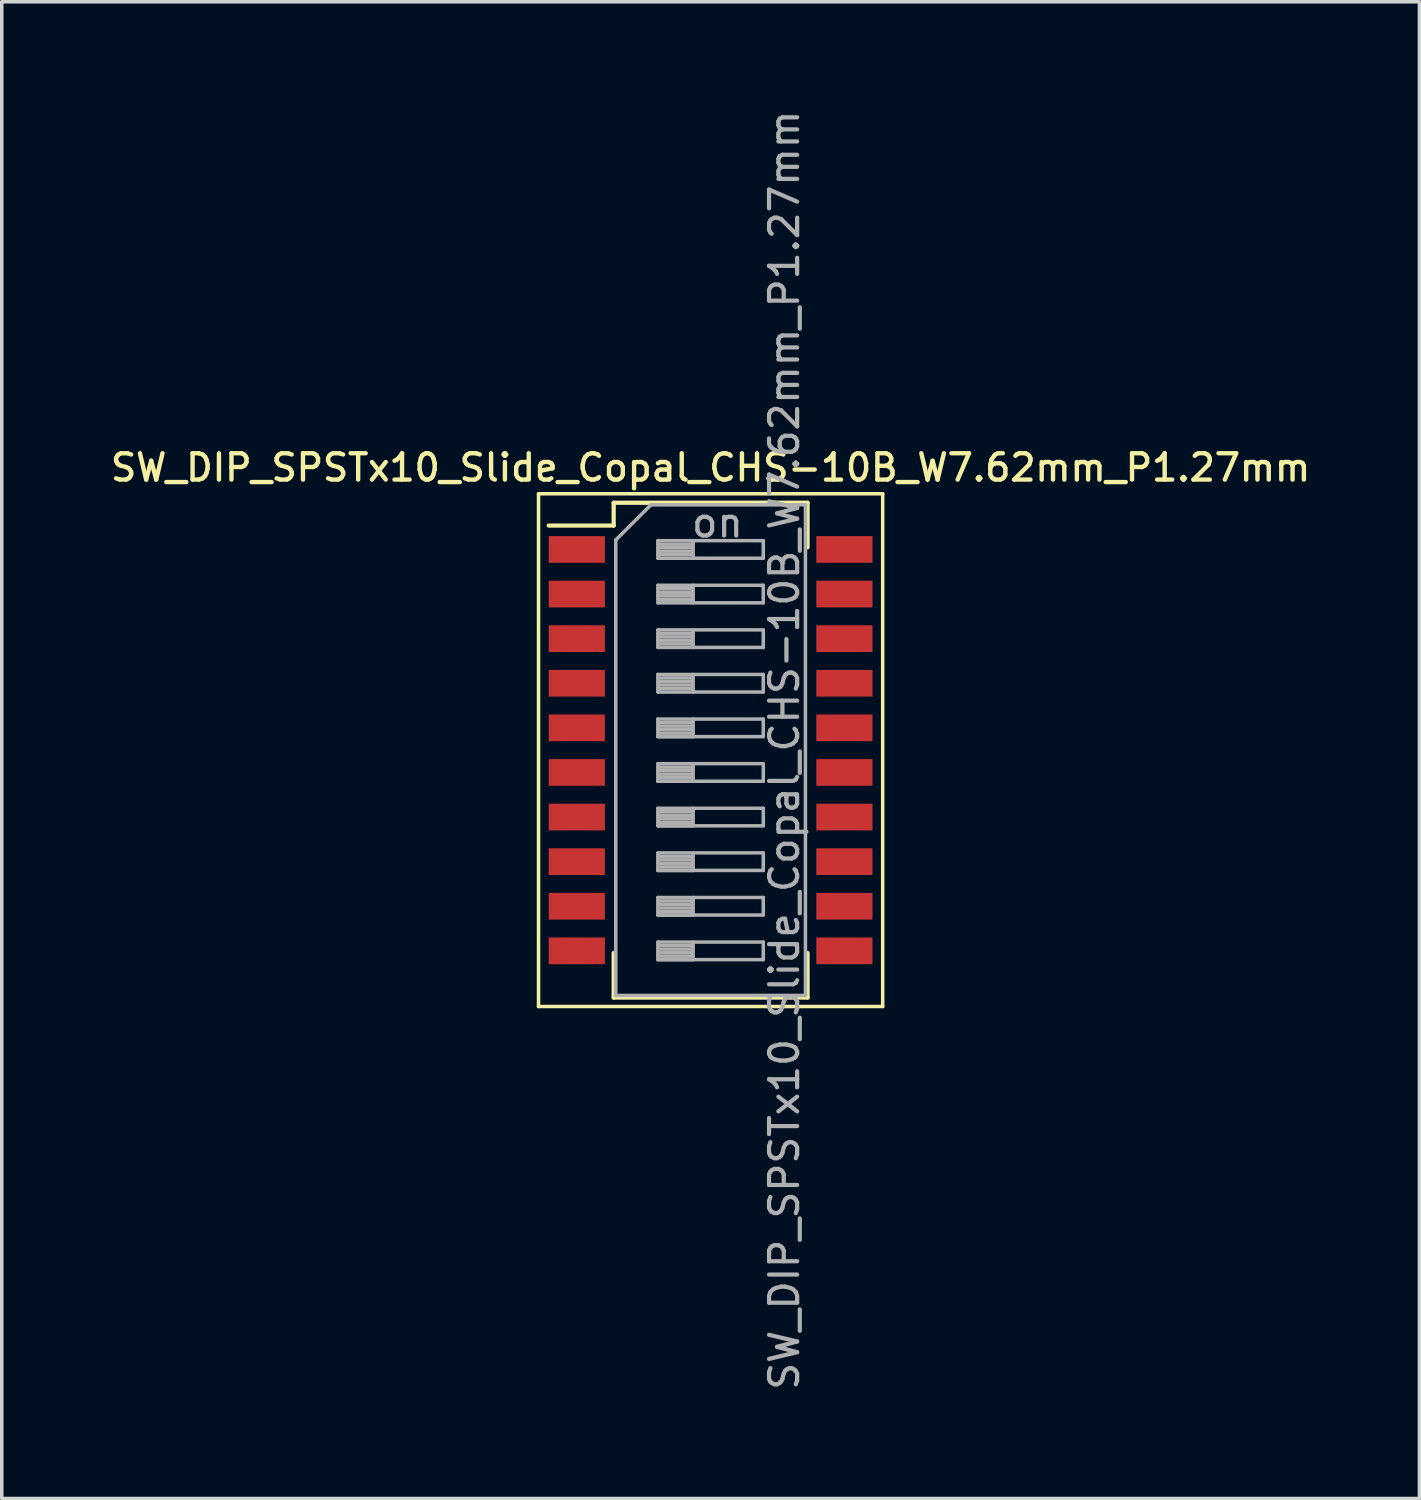
<source format=kicad_pcb>
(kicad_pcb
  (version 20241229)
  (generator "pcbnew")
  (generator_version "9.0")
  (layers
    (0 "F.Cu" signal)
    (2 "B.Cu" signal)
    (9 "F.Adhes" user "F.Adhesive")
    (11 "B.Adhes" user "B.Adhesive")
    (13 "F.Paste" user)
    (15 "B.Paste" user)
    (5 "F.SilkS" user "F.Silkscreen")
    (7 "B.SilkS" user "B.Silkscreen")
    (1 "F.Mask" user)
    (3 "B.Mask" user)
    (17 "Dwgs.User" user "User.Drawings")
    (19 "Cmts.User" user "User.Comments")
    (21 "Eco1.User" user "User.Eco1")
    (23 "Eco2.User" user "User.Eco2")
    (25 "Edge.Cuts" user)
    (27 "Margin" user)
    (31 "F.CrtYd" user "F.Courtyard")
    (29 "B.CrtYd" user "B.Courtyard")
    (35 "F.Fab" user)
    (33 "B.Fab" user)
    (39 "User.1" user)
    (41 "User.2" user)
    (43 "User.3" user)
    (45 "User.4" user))
  (footprint "SW_DIP_SPSTx10_Slide_Copal_CHS-10B_W7.62mm_P1.27mm"
    (layer "F.Cu")
    (at 17.184 18.31)
    (property "Reference" "SW_DIP_SPSTx10_Slide_Copal_CHS-10B_W7.62mm_P1.27mm" (at 0 -8.045 0) (layer "F.SilkS") (effects (font (size 0.75 0.75) (thickness 0.125))))
    (attr smd)
    (fp_line (start -4.9 -7.3) (end -4.9 7.3) (stroke (width 0.1) (type solid)) (layer "F.SilkS"))
    (fp_line (start -4.9 7.3) (end 4.9 7.3) (stroke (width 0.1) (type solid)) (layer "F.SilkS"))
    (fp_line (start -4.61 -6.395) (end -2.76 -6.395) (stroke (width 0.12) (type solid)) (layer "F.SilkS"))
    (fp_line (start -2.76 -7.045) (end -2.76 -6.395) (stroke (width 0.12) (type solid)) (layer "F.SilkS"))
    (fp_line (start -2.76 -7.045) (end 2.76 -7.045) (stroke (width 0.12) (type solid)) (layer "F.SilkS"))
    (fp_line (start -2.76 5.775) (end -2.76 7.045) (stroke (width 0.12) (type solid)) (layer "F.SilkS"))
    (fp_line (start -2.76 7.045) (end 2.76 7.045) (stroke (width 0.12) (type solid)) (layer "F.SilkS"))
    (fp_line (start 2.76 -7.045) (end 2.76 -5.776) (stroke (width 0.12) (type solid)) (layer "F.SilkS"))
    (fp_line (start 2.76 5.775) (end 2.76 7.045) (stroke (width 0.12) (type solid)) (layer "F.SilkS"))
    (fp_line (start 4.9 -7.3) (end -4.9 -7.3) (stroke (width 0.1) (type solid)) (layer "F.SilkS"))
    (fp_line (start 4.9 7.3) (end 4.9 -7.3) (stroke (width 0.1) (type solid)) (layer "F.SilkS"))
    (fp_line (start -2.7 -5.985) (end -1.7 -6.985) (stroke (width 0.1) (type solid)) (layer "F.Fab"))
    (fp_line (start -2.7 6.985) (end -2.7 -5.985) (stroke (width 0.1) (type solid)) (layer "F.Fab"))
    (fp_line (start -1.7 -6.985) (end 2.7 -6.985) (stroke (width 0.1) (type solid)) (layer "F.Fab"))
    (fp_line (start -1.5 -5.965) (end -1.5 -5.465) (stroke (width 0.1) (type solid)) (layer "F.Fab"))
    (fp_line (start -1.5 -5.865) (end -0.5 -5.865) (stroke (width 0.1) (type solid)) (layer "F.Fab"))
    (fp_line (start -1.5 -5.765) (end -0.5 -5.765) (stroke (width 0.1) (type solid)) (layer "F.Fab"))
    (fp_line (start -1.5 -5.665) (end -0.5 -5.665) (stroke (width 0.1) (type solid)) (layer "F.Fab"))
    (fp_line (start -1.5 -5.565) (end -0.5 -5.565) (stroke (width 0.1) (type solid)) (layer "F.Fab"))
    (fp_line (start -1.5 -5.465) (end 1.5 -5.465) (stroke (width 0.1) (type solid)) (layer "F.Fab"))
    (fp_line (start -1.5 -4.695) (end -1.5 -4.195) (stroke (width 0.1) (type solid)) (layer "F.Fab"))
    (fp_line (start -1.5 -4.595) (end -0.5 -4.595) (stroke (width 0.1) (type solid)) (layer "F.Fab"))
    (fp_line (start -1.5 -4.495) (end -0.5 -4.495) (stroke (width 0.1) (type solid)) (layer "F.Fab"))
    (fp_line (start -1.5 -4.395) (end -0.5 -4.395) (stroke (width 0.1) (type solid)) (layer "F.Fab"))
    (fp_line (start -1.5 -4.295) (end -0.5 -4.295) (stroke (width 0.1) (type solid)) (layer "F.Fab"))
    (fp_line (start -1.5 -4.195) (end 1.5 -4.195) (stroke (width 0.1) (type solid)) (layer "F.Fab"))
    (fp_line (start -1.5 -3.425) (end -1.5 -2.925) (stroke (width 0.1) (type solid)) (layer "F.Fab"))
    (fp_line (start -1.5 -3.325) (end -0.5 -3.325) (stroke (width 0.1) (type solid)) (layer "F.Fab"))
    (fp_line (start -1.5 -3.225) (end -0.5 -3.225) (stroke (width 0.1) (type solid)) (layer "F.Fab"))
    (fp_line (start -1.5 -3.125) (end -0.5 -3.125) (stroke (width 0.1) (type solid)) (layer "F.Fab"))
    (fp_line (start -1.5 -3.025) (end -0.5 -3.025) (stroke (width 0.1) (type solid)) (layer "F.Fab"))
    (fp_line (start -1.5 -2.925) (end 1.5 -2.925) (stroke (width 0.1) (type solid)) (layer "F.Fab"))
    (fp_line (start -1.5 -2.155) (end -1.5 -1.655) (stroke (width 0.1) (type solid)) (layer "F.Fab"))
    (fp_line (start -1.5 -2.055) (end -0.5 -2.055) (stroke (width 0.1) (type solid)) (layer "F.Fab"))
    (fp_line (start -1.5 -1.955) (end -0.5 -1.955) (stroke (width 0.1) (type solid)) (layer "F.Fab"))
    (fp_line (start -1.5 -1.855) (end -0.5 -1.855) (stroke (width 0.1) (type solid)) (layer "F.Fab"))
    (fp_line (start -1.5 -1.755) (end -0.5 -1.755) (stroke (width 0.1) (type solid)) (layer "F.Fab"))
    (fp_line (start -1.5 -1.655) (end 1.5 -1.655) (stroke (width 0.1) (type solid)) (layer "F.Fab"))
    (fp_line (start -1.5 -0.885) (end -1.5 -0.385) (stroke (width 0.1) (type solid)) (layer "F.Fab"))
    (fp_line (start -1.5 -0.785) (end -0.5 -0.785) (stroke (width 0.1) (type solid)) (layer "F.Fab"))
    (fp_line (start -1.5 -0.685) (end -0.5 -0.685) (stroke (width 0.1) (type solid)) (layer "F.Fab"))
    (fp_line (start -1.5 -0.585) (end -0.5 -0.585) (stroke (width 0.1) (type solid)) (layer "F.Fab"))
    (fp_line (start -1.5 -0.485) (end -0.5 -0.485) (stroke (width 0.1) (type solid)) (layer "F.Fab"))
    (fp_line (start -1.5 -0.385) (end -0.5 -0.385) (stroke (width 0.1) (type solid)) (layer "F.Fab"))
    (fp_line (start -1.5 -0.385) (end 1.5 -0.385) (stroke (width 0.1) (type solid)) (layer "F.Fab"))
    (fp_line (start -1.5 0.385) (end -1.5 0.885) (stroke (width 0.1) (type solid)) (layer "F.Fab"))
    (fp_line (start -1.5 0.485) (end -0.5 0.485) (stroke (width 0.1) (type solid)) (layer "F.Fab"))
    (fp_line (start -1.5 0.585) (end -0.5 0.585) (stroke (width 0.1) (type solid)) (layer "F.Fab"))
    (fp_line (start -1.5 0.685) (end -0.5 0.685) (stroke (width 0.1) (type solid)) (layer "F.Fab"))
    (fp_line (start -1.5 0.785) (end -0.5 0.785) (stroke (width 0.1) (type solid)) (layer "F.Fab"))
    (fp_line (start -1.5 0.885) (end -0.5 0.885) (stroke (width 0.1) (type solid)) (layer "F.Fab"))
    (fp_line (start -1.5 0.885) (end 1.5 0.885) (stroke (width 0.1) (type solid)) (layer "F.Fab"))
    (fp_line (start -1.5 1.655) (end -1.5 2.155) (stroke (width 0.1) (type solid)) (layer "F.Fab"))
    (fp_line (start -1.5 1.755) (end -0.5 1.755) (stroke (width 0.1) (type solid)) (layer "F.Fab"))
    (fp_line (start -1.5 1.855) (end -0.5 1.855) (stroke (width 0.1) (type solid)) (layer "F.Fab"))
    (fp_line (start -1.5 1.955) (end -0.5 1.955) (stroke (width 0.1) (type solid)) (layer "F.Fab"))
    (fp_line (start -1.5 2.055) (end -0.5 2.055) (stroke (width 0.1) (type solid)) (layer "F.Fab"))
    (fp_line (start -1.5 2.155) (end -0.5 2.155) (stroke (width 0.1) (type solid)) (layer "F.Fab"))
    (fp_line (start -1.5 2.155) (end 1.5 2.155) (stroke (width 0.1) (type solid)) (layer "F.Fab"))
    (fp_line (start -1.5 2.925) (end -1.5 3.425) (stroke (width 0.1) (type solid)) (layer "F.Fab"))
    (fp_line (start -1.5 3.025) (end -0.5 3.025) (stroke (width 0.1) (type solid)) (layer "F.Fab"))
    (fp_line (start -1.5 3.125) (end -0.5 3.125) (stroke (width 0.1) (type solid)) (layer "F.Fab"))
    (fp_line (start -1.5 3.225) (end -0.5 3.225) (stroke (width 0.1) (type solid)) (layer "F.Fab"))
    (fp_line (start -1.5 3.325) (end -0.5 3.325) (stroke (width 0.1) (type solid)) (layer "F.Fab"))
    (fp_line (start -1.5 3.425) (end -0.5 3.425) (stroke (width 0.1) (type solid)) (layer "F.Fab"))
    (fp_line (start -1.5 3.425) (end 1.5 3.425) (stroke (width 0.1) (type solid)) (layer "F.Fab"))
    (fp_line (start -1.5 4.195) (end -1.5 4.695) (stroke (width 0.1) (type solid)) (layer "F.Fab"))
    (fp_line (start -1.5 4.295) (end -0.5 4.295) (stroke (width 0.1) (type solid)) (layer "F.Fab"))
    (fp_line (start -1.5 4.395) (end -0.5 4.395) (stroke (width 0.1) (type solid)) (layer "F.Fab"))
    (fp_line (start -1.5 4.495) (end -0.5 4.495) (stroke (width 0.1) (type solid)) (layer "F.Fab"))
    (fp_line (start -1.5 4.595) (end -0.5 4.595) (stroke (width 0.1) (type solid)) (layer "F.Fab"))
    (fp_line (start -1.5 4.695) (end -0.5 4.695) (stroke (width 0.1) (type solid)) (layer "F.Fab"))
    (fp_line (start -1.5 4.695) (end 1.5 4.695) (stroke (width 0.1) (type solid)) (layer "F.Fab"))
    (fp_line (start -1.5 5.465) (end -1.5 5.965) (stroke (width 0.1) (type solid)) (layer "F.Fab"))
    (fp_line (start -1.5 5.565) (end -0.5 5.565) (stroke (width 0.1) (type solid)) (layer "F.Fab"))
    (fp_line (start -1.5 5.665) (end -0.5 5.665) (stroke (width 0.1) (type solid)) (layer "F.Fab"))
    (fp_line (start -1.5 5.765) (end -0.5 5.765) (stroke (width 0.1) (type solid)) (layer "F.Fab"))
    (fp_line (start -1.5 5.865) (end -0.5 5.865) (stroke (width 0.1) (type solid)) (layer "F.Fab"))
    (fp_line (start -1.5 5.965) (end -0.5 5.965) (stroke (width 0.1) (type solid)) (layer "F.Fab"))
    (fp_line (start -1.5 5.965) (end 1.5 5.965) (stroke (width 0.1) (type solid)) (layer "F.Fab"))
    (fp_line (start -0.5 -5.965) (end -0.5 -5.465) (stroke (width 0.1) (type solid)) (layer "F.Fab"))
    (fp_line (start -0.5 -4.695) (end -0.5 -4.195) (stroke (width 0.1) (type solid)) (layer "F.Fab"))
    (fp_line (start -0.5 -3.425) (end -0.5 -2.925) (stroke (width 0.1) (type solid)) (layer "F.Fab"))
    (fp_line (start -0.5 -2.155) (end -0.5 -1.655) (stroke (width 0.1) (type solid)) (layer "F.Fab"))
    (fp_line (start -0.5 -0.885) (end -0.5 -0.385) (stroke (width 0.1) (type solid)) (layer "F.Fab"))
    (fp_line (start -0.5 0.385) (end -0.5 0.885) (stroke (width 0.1) (type solid)) (layer "F.Fab"))
    (fp_line (start -0.5 1.655) (end -0.5 2.155) (stroke (width 0.1) (type solid)) (layer "F.Fab"))
    (fp_line (start -0.5 2.925) (end -0.5 3.425) (stroke (width 0.1) (type solid)) (layer "F.Fab"))
    (fp_line (start -0.5 4.195) (end -0.5 4.695) (stroke (width 0.1) (type solid)) (layer "F.Fab"))
    (fp_line (start -0.5 5.465) (end -0.5 5.965) (stroke (width 0.1) (type solid)) (layer "F.Fab"))
    (fp_line (start 1.5 -5.965) (end -1.5 -5.965) (stroke (width 0.1) (type solid)) (layer "F.Fab"))
    (fp_line (start 1.5 -5.465) (end 1.5 -5.965) (stroke (width 0.1) (type solid)) (layer "F.Fab"))
    (fp_line (start 1.5 -4.695) (end -1.5 -4.695) (stroke (width 0.1) (type solid)) (layer "F.Fab"))
    (fp_line (start 1.5 -4.195) (end 1.5 -4.695) (stroke (width 0.1) (type solid)) (layer "F.Fab"))
    (fp_line (start 1.5 -3.425) (end -1.5 -3.425) (stroke (width 0.1) (type solid)) (layer "F.Fab"))
    (fp_line (start 1.5 -2.925) (end 1.5 -3.425) (stroke (width 0.1) (type solid)) (layer "F.Fab"))
    (fp_line (start 1.5 -2.155) (end -1.5 -2.155) (stroke (width 0.1) (type solid)) (layer "F.Fab"))
    (fp_line (start 1.5 -1.655) (end 1.5 -2.155) (stroke (width 0.1) (type solid)) (layer "F.Fab"))
    (fp_line (start 1.5 -0.885) (end -1.5 -0.885) (stroke (width 0.1) (type solid)) (layer "F.Fab"))
    (fp_line (start 1.5 -0.385) (end 1.5 -0.885) (stroke (width 0.1) (type solid)) (layer "F.Fab"))
    (fp_line (start 1.5 0.385) (end -1.5 0.385) (stroke (width 0.1) (type solid)) (layer "F.Fab"))
    (fp_line (start 1.5 0.885) (end 1.5 0.385) (stroke (width 0.1) (type solid)) (layer "F.Fab"))
    (fp_line (start 1.5 1.655) (end -1.5 1.655) (stroke (width 0.1) (type solid)) (layer "F.Fab"))
    (fp_line (start 1.5 2.155) (end 1.5 1.655) (stroke (width 0.1) (type solid)) (layer "F.Fab"))
    (fp_line (start 1.5 2.925) (end -1.5 2.925) (stroke (width 0.1) (type solid)) (layer "F.Fab"))
    (fp_line (start 1.5 3.425) (end 1.5 2.925) (stroke (width 0.1) (type solid)) (layer "F.Fab"))
    (fp_line (start 1.5 4.195) (end -1.5 4.195) (stroke (width 0.1) (type solid)) (layer "F.Fab"))
    (fp_line (start 1.5 4.695) (end 1.5 4.195) (stroke (width 0.1) (type solid)) (layer "F.Fab"))
    (fp_line (start 1.5 5.465) (end -1.5 5.465) (stroke (width 0.1) (type solid)) (layer "F.Fab"))
    (fp_line (start 1.5 5.965) (end 1.5 5.465) (stroke (width 0.1) (type solid)) (layer "F.Fab"))
    (fp_line (start 2.7 -6.985) (end 2.7 6.985) (stroke (width 0.1) (type solid)) (layer "F.Fab"))
    (fp_line (start 2.7 6.985) (end -2.7 6.985) (stroke (width 0.1) (type solid)) (layer "F.Fab"))
    (fp_text user "on" (at 0.195 -6.475 0) (layer "F.Fab") (effects (font (size 0.8 0.8) (thickness 0.12))))
    (fp_text user "${REFERENCE}" (at 2.1 0 90) (layer "F.Fab") (effects (font (size 0.8 0.8) (thickness 0.12))))
    (pad "1" smd rect (at -3.81 -5.715) (size 1.6 0.76) (layers "F.Cu" "F.Mask" "F.Paste"))
    (pad "2" smd rect (at -3.81 -4.445) (size 1.6 0.76) (layers "F.Cu" "F.Mask" "F.Paste"))
    (pad "3" smd rect (at -3.81 -3.175) (size 1.6 0.76) (layers "F.Cu" "F.Mask" "F.Paste"))
    (pad "4" smd rect (at -3.81 -1.905) (size 1.6 0.76) (layers "F.Cu" "F.Mask" "F.Paste"))
    (pad "5" smd rect (at -3.81 -0.635) (size 1.6 0.76) (layers "F.Cu" "F.Mask" "F.Paste"))
    (pad "6" smd rect (at -3.81 0.635) (size 1.6 0.76) (layers "F.Cu" "F.Mask" "F.Paste"))
    (pad "7" smd rect (at -3.81 1.905) (size 1.6 0.76) (layers "F.Cu" "F.Mask" "F.Paste"))
    (pad "8" smd rect (at -3.81 3.175) (size 1.6 0.76) (layers "F.Cu" "F.Mask" "F.Paste"))
    (pad "9" smd rect (at -3.81 4.445) (size 1.6 0.76) (layers "F.Cu" "F.Mask" "F.Paste"))
    (pad "10" smd rect (at -3.81 5.715) (size 1.6 0.76) (layers "F.Cu" "F.Mask" "F.Paste"))
    (pad "11" smd rect (at 3.81 5.715) (size 1.6 0.76) (layers "F.Cu" "F.Mask" "F.Paste"))
    (pad "12" smd rect (at 3.81 4.445) (size 1.6 0.76) (layers "F.Cu" "F.Mask" "F.Paste"))
    (pad "13" smd rect (at 3.81 3.175) (size 1.6 0.76) (layers "F.Cu" "F.Mask" "F.Paste"))
    (pad "14" smd rect (at 3.81 1.905) (size 1.6 0.76) (layers "F.Cu" "F.Mask" "F.Paste"))
    (pad "15" smd rect (at 3.81 0.635) (size 1.6 0.76) (layers "F.Cu" "F.Mask" "F.Paste"))
    (pad "16" smd rect (at 3.81 -0.635) (size 1.6 0.76) (layers "F.Cu" "F.Mask" "F.Paste"))
    (pad "17" smd rect (at 3.81 -1.905) (size 1.6 0.76) (layers "F.Cu" "F.Mask" "F.Paste"))
    (pad "18" smd rect (at 3.81 -3.175) (size 1.6 0.76) (layers "F.Cu" "F.Mask" "F.Paste"))
    (pad "19" smd rect (at 3.81 -4.445) (size 1.6 0.76) (layers "F.Cu" "F.Mask" "F.Paste"))
    (pad "20" smd rect (at 3.81 -5.715) (size 1.6 0.76) (layers "F.Cu" "F.Mask" "F.Paste")))
  (gr_rect
    (start -3 -3)
    (end 37.368 39.619)
    (stroke (width 0.1) (type default))
    (fill no)
    (layer "Edge.Cuts")))
</source>
